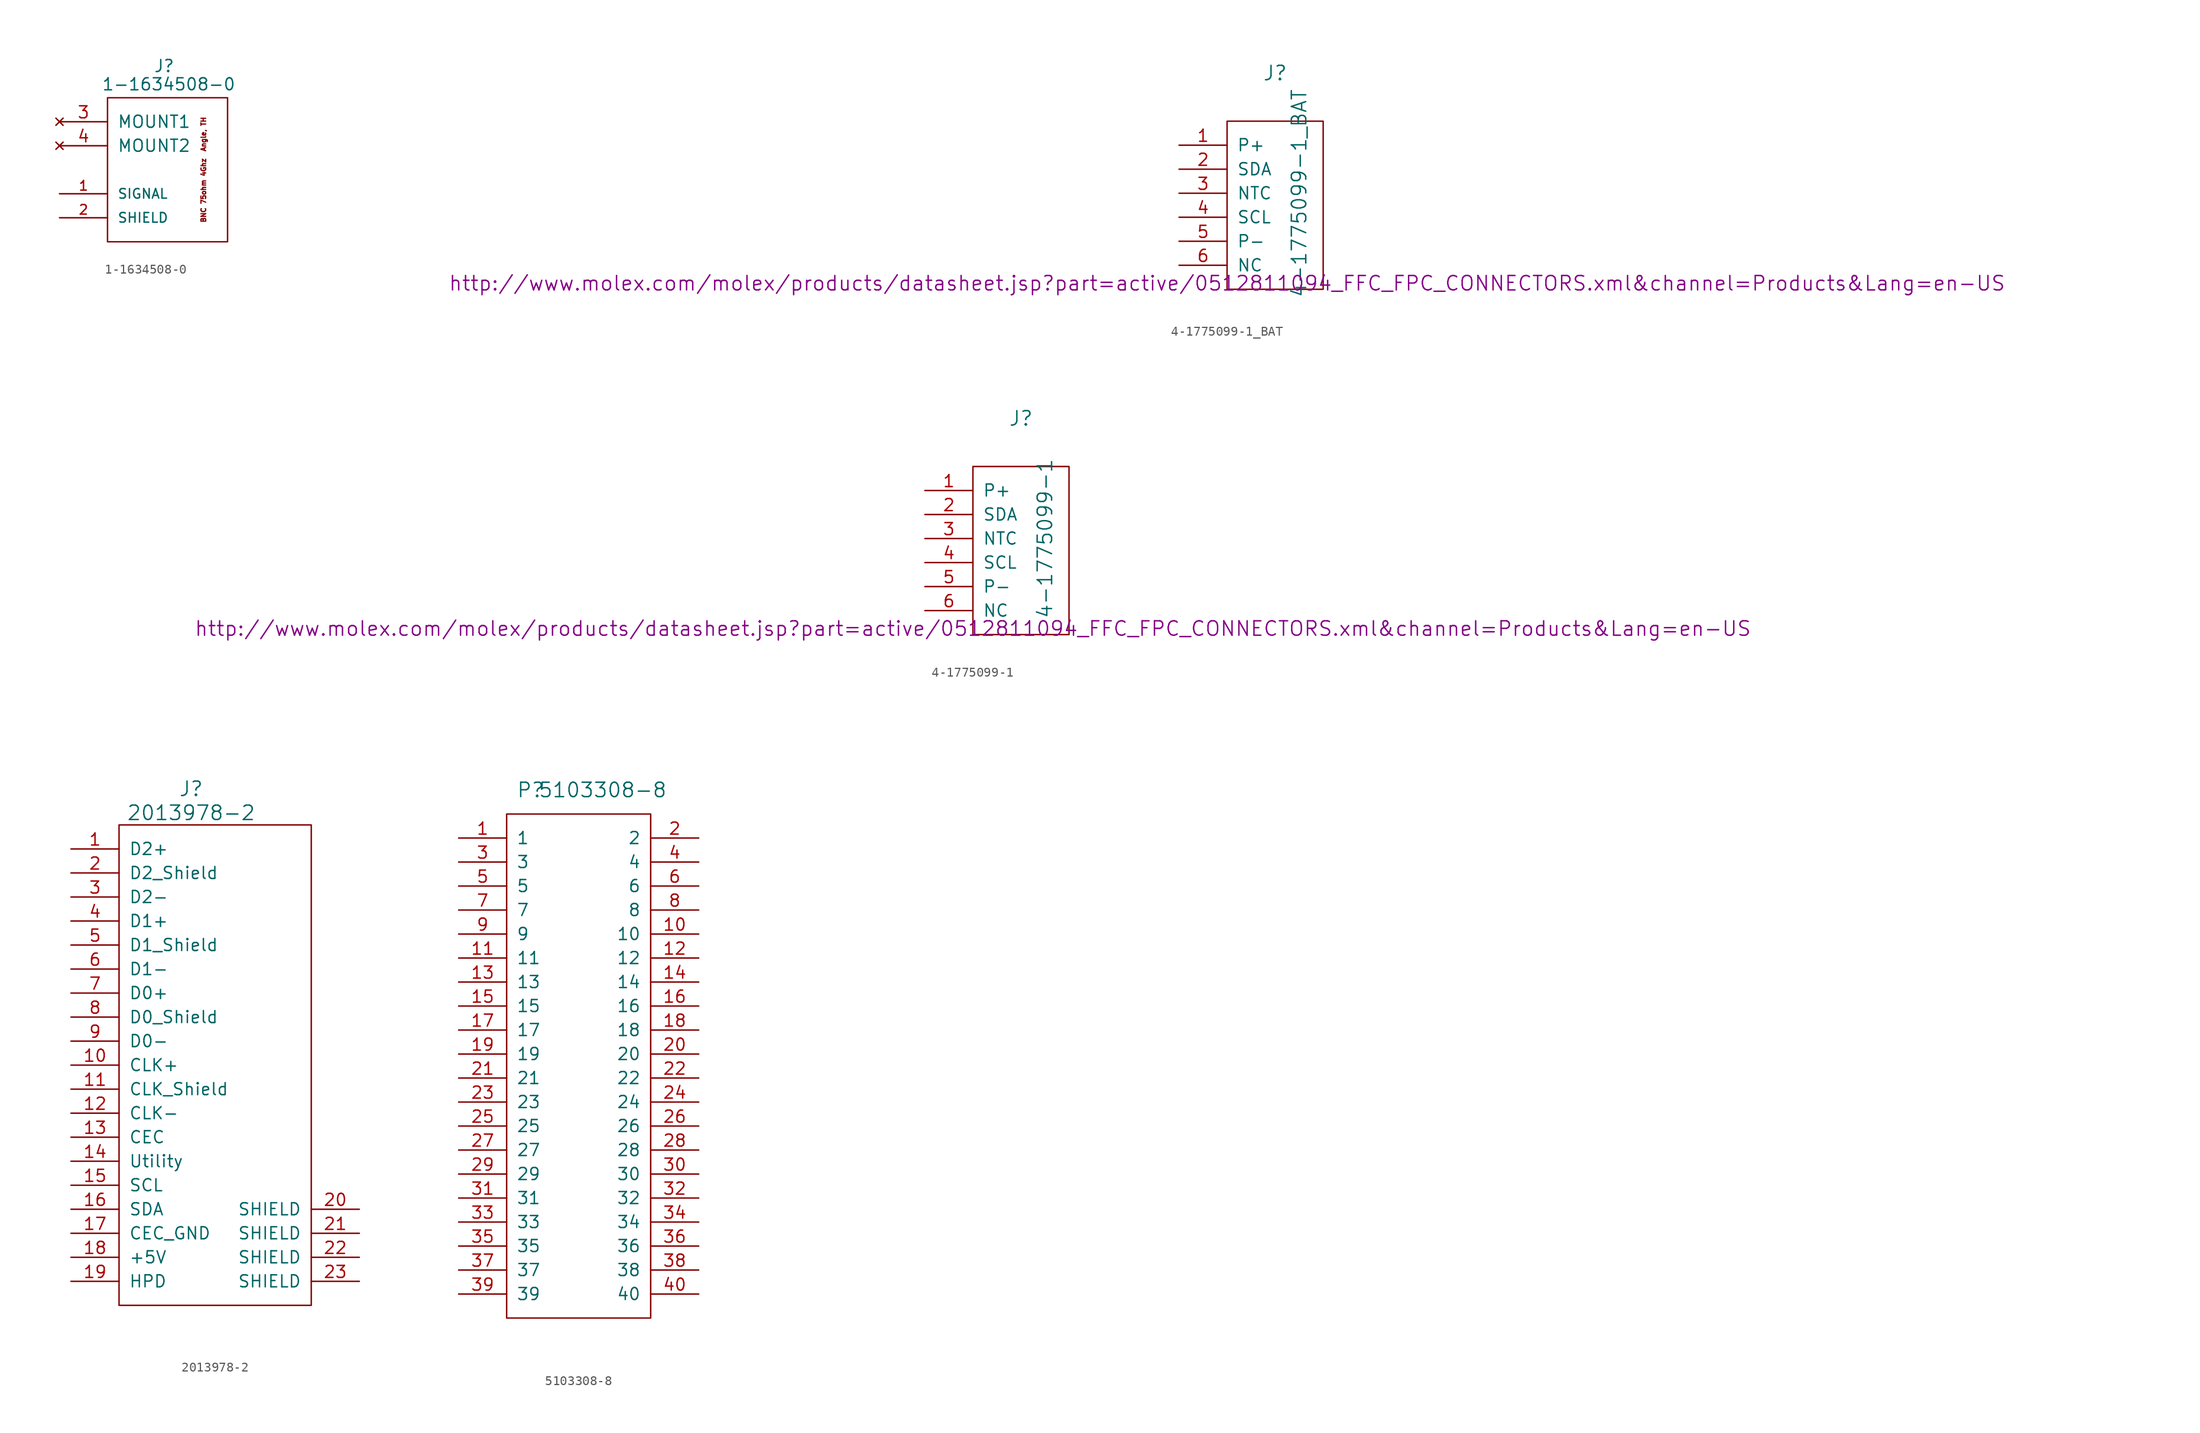
<source format=kicad_sym>
(kicad_symbol_lib
  (version 20220914)
  (generator kicad_symbol_editor)
  (symbol "1-1634508-0"
    (pin_names
      (offset 1.016))
    (property "Reference" "J"
      (at 5.994 18.593 0)
      (effects (font (size 1.27 1.27))))
    (property "Value" "1-1634508-0"
      (at 6.477 16.662 0)
      (effects (font (size 1.27 1.27))))
    (property "Datasheet" ""
      (at 5.994 18.593 0)
      (effects (font (size 1.27 1.27))))
    (symbol "1-1634508-0_0_0"
      (text "BNC 75ohm 4Ghz  Angle, TH" (at 10.16 7.62 900) (effects (font (size 0.508 0.508)))))
    (symbol "1-1634508-0_0_1"
      (rectangle (start 0 15.24) (end 12.7 0) (stroke (width 0) (type solid)) (fill (type none))))
    (symbol "1-1634508-0_1_1"
      (pin passive line (at -5.08 5.08 0) (length 5.08) (name "SIGNAL" (effects (font (size 1.016 1.016)))) (number "1" (effects (font (size 1.016 1.016)))))
      (pin power_in line (at -5.08 2.54 0) (length 5.08) (name "SHIELD" (effects (font (size 1.016 1.016)))) (number "2" (effects (font (size 1.016 1.016)))))
      (pin no_connect line (at -5.08 12.7 0) (length 5.08) (name "MOUNT1" (effects (font (size 1.27 1.27)))) (number "3" (effects (font (size 1.27 1.27)))))
      (pin no_connect line (at -5.08 10.16 0) (length 5.08) (name "MOUNT2" (effects (font (size 1.27 1.27)))) (number "4" (effects (font (size 1.27 1.27)))))))
  (symbol "4-1775099-1_BAT"
    (pin_names
      (offset 1.016))
    (property "Reference" "J"
      (at 5.08 22.86 0)
      (effects (font (size 1.524 1.524))))
    (property "Value" "4-1775099-1_BAT"
      (at 7.62 10.16 90)
      (effects (font (size 1.524 1.524))))
    (property "Datasheet" "http://www.molex.com/molex/products/datasheet.jsp?part=active/0512811094_FFC_FPC_CONNECTORS.xml&channel=Products&Lang=en-US"
      (at 0 0.635 0)
      (effects (font (size 1.524 1.524))))
    (symbol "4-1775099-1_BAT_0_1"
      (rectangle (start 0 0) (end 10.16 17.78) (stroke (width 0) (type solid)) (fill (type none))))
    (symbol "4-1775099-1_BAT_1_1"
      (pin passive line (at -5.08 15.24 0) (length 5.08) (name "P+" (effects (font (size 1.27 1.27)))) (number "1" (effects (font (size 1.27 1.27)))))
      (pin passive line (at -5.08 12.7 0) (length 5.08) (name "SDA" (effects (font (size 1.27 1.27)))) (number "2" (effects (font (size 1.27 1.27)))))
      (pin passive line (at -5.08 10.16 0) (length 5.08) (name "NTC" (effects (font (size 1.27 1.27)))) (number "3" (effects (font (size 1.27 1.27)))))
      (pin passive line (at -5.08 7.62 0) (length 5.08) (name "SCL" (effects (font (size 1.27 1.27)))) (number "4" (effects (font (size 1.27 1.27)))))
      (pin passive line (at -5.08 5.08 0) (length 5.08) (name "P-" (effects (font (size 1.27 1.27)))) (number "5" (effects (font (size 1.27 1.27)))))
      (pin passive line (at -5.08 2.54 0) (length 5.08) (name "NC" (effects (font (size 1.27 1.27)))) (number "6" (effects (font (size 1.27 1.27)))))))
  (symbol "4-1775099-1"
    (pin_names
      (offset 1.016))
    (property "Reference" "J"
      (at 5.08 22.86 0)
      (effects (font (size 1.524 1.524))))
    (property "Value" "4-1775099-1"
      (at 7.62 10.16 90)
      (effects (font (size 1.524 1.524))))
    (property "Datasheet" "http://www.molex.com/molex/products/datasheet.jsp?part=active/0512811094_FFC_FPC_CONNECTORS.xml&channel=Products&Lang=en-US"
      (at 0 0.635 0)
      (effects (font (size 1.524 1.524))))
    (symbol "4-1775099-1_0_1"
      (rectangle (start 0 0) (end 10.16 17.78) (stroke (width 0) (type solid)) (fill (type none))))
    (symbol "4-1775099-1_1_1"
      (pin passive line (at -5.08 15.24 0) (length 5.08) (name "P+" (effects (font (size 1.27 1.27)))) (number "1" (effects (font (size 1.27 1.27)))))
      (pin passive line (at -5.08 12.7 0) (length 5.08) (name "SDA" (effects (font (size 1.27 1.27)))) (number "2" (effects (font (size 1.27 1.27)))))
      (pin passive line (at -5.08 10.16 0) (length 5.08) (name "NTC" (effects (font (size 1.27 1.27)))) (number "3" (effects (font (size 1.27 1.27)))))
      (pin passive line (at -5.08 7.62 0) (length 5.08) (name "SCL" (effects (font (size 1.27 1.27)))) (number "4" (effects (font (size 1.27 1.27)))))
      (pin passive line (at -5.08 5.08 0) (length 5.08) (name "P-" (effects (font (size 1.27 1.27)))) (number "5" (effects (font (size 1.27 1.27)))))
      (pin passive line (at -5.08 2.54 0) (length 5.08) (name "NC" (effects (font (size 1.27 1.27)))) (number "6" (effects (font (size 1.27 1.27)))))))
  (symbol "2013978-2"
    (pin_names
      (offset 1.016))
    (property "Reference" "J"
      (at 7.62 54.61 0)
      (effects (font (size 1.524 1.524))))
    (property "Value" "2013978-2"
      (at 7.62 52.07 0)
      (effects (font (size 1.524 1.524))))
    (property "Datasheet" ""
      (at 0 15.24 0)
      (effects (font (size 1.524 1.524))))
    (symbol "2013978-2_0_1"
      (rectangle (start 0 50.8) (end 20.32 0) (stroke (width 0) (type solid)) (fill (type none))))
    (symbol "2013978-2_1_1"
      (pin bidirectional line (at -5.08 48.26 0) (length 5.08) (name "D2+" (effects (font (size 1.27 1.27)))) (number "1" (effects (font (size 1.27 1.27)))))
      (pin bidirectional line (at -5.08 25.4 0) (length 5.08) (name "CLK+" (effects (font (size 1.27 1.27)))) (number "10" (effects (font (size 1.27 1.27)))))
      (pin power_in line (at -5.08 22.86 0) (length 5.08) (name "CLK_Shield" (effects (font (size 1.27 1.27)))) (number "11" (effects (font (size 1.27 1.27)))))
      (pin bidirectional line (at -5.08 20.32 0) (length 5.08) (name "CLK-" (effects (font (size 1.27 1.27)))) (number "12" (effects (font (size 1.27 1.27)))))
      (pin input line (at -5.08 17.78 0) (length 5.08) (name "CEC" (effects (font (size 1.27 1.27)))) (number "13" (effects (font (size 1.27 1.27)))))
      (pin input line (at -5.08 15.24 0) (length 5.08) (name "Utility" (effects (font (size 1.27 1.27)))) (number "14" (effects (font (size 1.27 1.27)))))
      (pin bidirectional line (at -5.08 12.7 0) (length 5.08) (name "SCL" (effects (font (size 1.27 1.27)))) (number "15" (effects (font (size 1.27 1.27)))))
      (pin bidirectional line (at -5.08 10.16 0) (length 5.08) (name "SDA" (effects (font (size 1.27 1.27)))) (number "16" (effects (font (size 1.27 1.27)))))
      (pin input line (at -5.08 7.62 0) (length 5.08) (name "CEC_GND" (effects (font (size 1.27 1.27)))) (number "17" (effects (font (size 1.27 1.27)))))
      (pin passive line (at -5.08 5.08 0) (length 5.08) (name "+5V" (effects (font (size 1.27 1.27)))) (number "18" (effects (font (size 1.27 1.27)))))
      (pin input line (at -5.08 2.54 0) (length 5.08) (name "HPD" (effects (font (size 1.27 1.27)))) (number "19" (effects (font (size 1.27 1.27)))))
      (pin power_in line (at -5.08 45.72 0) (length 5.08) (name "D2_Shield" (effects (font (size 1.27 1.27)))) (number "2" (effects (font (size 1.27 1.27)))))
      (pin power_in line (at 25.4 10.16 180) (length 5.08) (name "SHIELD" (effects (font (size 1.27 1.27)))) (number "20" (effects (font (size 1.27 1.27)))))
      (pin power_in line (at 25.4 7.62 180) (length 5.08) (name "SHIELD" (effects (font (size 1.27 1.27)))) (number "21" (effects (font (size 1.27 1.27)))))
      (pin power_in line (at 25.4 5.08 180) (length 5.08) (name "SHIELD" (effects (font (size 1.27 1.27)))) (number "22" (effects (font (size 1.27 1.27)))))
      (pin power_in line (at 25.4 2.54 180) (length 5.08) (name "SHIELD" (effects (font (size 1.27 1.27)))) (number "23" (effects (font (size 1.27 1.27)))))
      (pin bidirectional line (at -5.08 43.18 0) (length 5.08) (name "D2-" (effects (font (size 1.27 1.27)))) (number "3" (effects (font (size 1.27 1.27)))))
      (pin bidirectional line (at -5.08 40.64 0) (length 5.08) (name "D1+" (effects (font (size 1.27 1.27)))) (number "4" (effects (font (size 1.27 1.27)))))
      (pin power_in line (at -5.08 38.1 0) (length 5.08) (name "D1_Shield" (effects (font (size 1.27 1.27)))) (number "5" (effects (font (size 1.27 1.27)))))
      (pin bidirectional line (at -5.08 35.56 0) (length 5.08) (name "D1-" (effects (font (size 1.27 1.27)))) (number "6" (effects (font (size 1.27 1.27)))))
      (pin bidirectional line (at -5.08 33.02 0) (length 5.08) (name "D0+" (effects (font (size 1.27 1.27)))) (number "7" (effects (font (size 1.27 1.27)))))
      (pin power_in line (at -5.08 30.48 0) (length 5.08) (name "D0_Shield" (effects (font (size 1.27 1.27)))) (number "8" (effects (font (size 1.27 1.27)))))
      (pin bidirectional line (at -5.08 27.94 0) (length 5.08) (name "D0-" (effects (font (size 1.27 1.27)))) (number "9" (effects (font (size 1.27 1.27)))))))
  (symbol "5103308-8"
    (pin_names
      (offset 1.016))
    (property "Reference" "P"
      (at 2.54 55.88 0)
      (effects (font (size 1.524 1.524))))
    (property "Value" "5103308-8"
      (at 10.16 55.88 0)
      (effects (font (size 1.524 1.524))))
    (symbol "5103308-8_0_1"
      (rectangle (start 0 0) (end 15.24 53.34) (stroke (width 0) (type solid)) (fill (type none))))
    (symbol "5103308-8_1_1"
      (pin passive line (at -5.08 50.8 0) (length 5.08) (name "1" (effects (font (size 1.27 1.27)))) (number "1" (effects (font (size 1.27 1.27)))))
      (pin passive line (at 20.32 40.64 180) (length 5.08) (name "10" (effects (font (size 1.27 1.27)))) (number "10" (effects (font (size 1.27 1.27)))))
      (pin passive line (at -5.08 38.1 0) (length 5.08) (name "11" (effects (font (size 1.27 1.27)))) (number "11" (effects (font (size 1.27 1.27)))))
      (pin passive line (at 20.32 38.1 180) (length 5.08) (name "12" (effects (font (size 1.27 1.27)))) (number "12" (effects (font (size 1.27 1.27)))))
      (pin passive line (at -5.08 35.56 0) (length 5.08) (name "13" (effects (font (size 1.27 1.27)))) (number "13" (effects (font (size 1.27 1.27)))))
      (pin passive line (at 20.32 35.56 180) (length 5.08) (name "14" (effects (font (size 1.27 1.27)))) (number "14" (effects (font (size 1.27 1.27)))))
      (pin passive line (at -5.08 33.02 0) (length 5.08) (name "15" (effects (font (size 1.27 1.27)))) (number "15" (effects (font (size 1.27 1.27)))))
      (pin passive line (at 20.32 33.02 180) (length 5.08) (name "16" (effects (font (size 1.27 1.27)))) (number "16" (effects (font (size 1.27 1.27)))))
      (pin passive line (at -5.08 30.48 0) (length 5.08) (name "17" (effects (font (size 1.27 1.27)))) (number "17" (effects (font (size 1.27 1.27)))))
      (pin passive line (at 20.32 30.48 180) (length 5.08) (name "18" (effects (font (size 1.27 1.27)))) (number "18" (effects (font (size 1.27 1.27)))))
      (pin passive line (at -5.08 27.94 0) (length 5.08) (name "19" (effects (font (size 1.27 1.27)))) (number "19" (effects (font (size 1.27 1.27)))))
      (pin passive line (at 20.32 50.8 180) (length 5.08) (name "2" (effects (font (size 1.27 1.27)))) (number "2" (effects (font (size 1.27 1.27)))))
      (pin passive line (at 20.32 27.94 180) (length 5.08) (name "20" (effects (font (size 1.27 1.27)))) (number "20" (effects (font (size 1.27 1.27)))))
      (pin passive line (at -5.08 25.4 0) (length 5.08) (name "21" (effects (font (size 1.27 1.27)))) (number "21" (effects (font (size 1.27 1.27)))))
      (pin passive line (at 20.32 25.4 180) (length 5.08) (name "22" (effects (font (size 1.27 1.27)))) (number "22" (effects (font (size 1.27 1.27)))))
      (pin passive line (at -5.08 22.86 0) (length 5.08) (name "23" (effects (font (size 1.27 1.27)))) (number "23" (effects (font (size 1.27 1.27)))))
      (pin passive line (at 20.32 22.86 180) (length 5.08) (name "24" (effects (font (size 1.27 1.27)))) (number "24" (effects (font (size 1.27 1.27)))))
      (pin passive line (at -5.08 20.32 0) (length 5.08) (name "25" (effects (font (size 1.27 1.27)))) (number "25" (effects (font (size 1.27 1.27)))))
      (pin passive line (at 20.32 20.32 180) (length 5.08) (name "26" (effects (font (size 1.27 1.27)))) (number "26" (effects (font (size 1.27 1.27)))))
      (pin passive line (at -5.08 17.78 0) (length 5.08) (name "27" (effects (font (size 1.27 1.27)))) (number "27" (effects (font (size 1.27 1.27)))))
      (pin passive line (at 20.32 17.78 180) (length 5.08) (name "28" (effects (font (size 1.27 1.27)))) (number "28" (effects (font (size 1.27 1.27)))))
      (pin passive line (at -5.08 15.24 0) (length 5.08) (name "29" (effects (font (size 1.27 1.27)))) (number "29" (effects (font (size 1.27 1.27)))))
      (pin passive line (at -5.08 48.26 0) (length 5.08) (name "3" (effects (font (size 1.27 1.27)))) (number "3" (effects (font (size 1.27 1.27)))))
      (pin passive line (at 20.32 15.24 180) (length 5.08) (name "30" (effects (font (size 1.27 1.27)))) (number "30" (effects (font (size 1.27 1.27)))))
      (pin passive line (at -5.08 12.7 0) (length 5.08) (name "31" (effects (font (size 1.27 1.27)))) (number "31" (effects (font (size 1.27 1.27)))))
      (pin passive line (at 20.32 12.7 180) (length 5.08) (name "32" (effects (font (size 1.27 1.27)))) (number "32" (effects (font (size 1.27 1.27)))))
      (pin passive line (at -5.08 10.16 0) (length 5.08) (name "33" (effects (font (size 1.27 1.27)))) (number "33" (effects (font (size 1.27 1.27)))))
      (pin passive line (at 20.32 10.16 180) (length 5.08) (name "34" (effects (font (size 1.27 1.27)))) (number "34" (effects (font (size 1.27 1.27)))))
      (pin passive line (at -5.08 7.62 0) (length 5.08) (name "35" (effects (font (size 1.27 1.27)))) (number "35" (effects (font (size 1.27 1.27)))))
      (pin passive line (at 20.32 7.62 180) (length 5.08) (name "36" (effects (font (size 1.27 1.27)))) (number "36" (effects (font (size 1.27 1.27)))))
      (pin passive line (at -5.08 5.08 0) (length 5.08) (name "37" (effects (font (size 1.27 1.27)))) (number "37" (effects (font (size 1.27 1.27)))))
      (pin passive line (at 20.32 5.08 180) (length 5.08) (name "38" (effects (font (size 1.27 1.27)))) (number "38" (effects (font (size 1.27 1.27)))))
      (pin passive line (at -5.08 2.54 0) (length 5.08) (name "39" (effects (font (size 1.27 1.27)))) (number "39" (effects (font (size 1.27 1.27)))))
      (pin passive line (at 20.32 48.26 180) (length 5.08) (name "4" (effects (font (size 1.27 1.27)))) (number "4" (effects (font (size 1.27 1.27)))))
      (pin passive line (at 20.32 2.54 180) (length 5.08) (name "40" (effects (font (size 1.27 1.27)))) (number "40" (effects (font (size 1.27 1.27)))))
      (pin passive line (at -5.08 45.72 0) (length 5.08) (name "5" (effects (font (size 1.27 1.27)))) (number "5" (effects (font (size 1.27 1.27)))))
      (pin passive line (at 20.32 45.72 180) (length 5.08) (name "6" (effects (font (size 1.27 1.27)))) (number "6" (effects (font (size 1.27 1.27)))))
      (pin passive line (at -5.08 43.18 0) (length 5.08) (name "7" (effects (font (size 1.27 1.27)))) (number "7" (effects (font (size 1.27 1.27)))))
      (pin passive line (at 20.32 43.18 180) (length 5.08) (name "8" (effects (font (size 1.27 1.27)))) (number "8" (effects (font (size 1.27 1.27)))))
      (pin passive line (at -5.08 40.64 0) (length 5.08) (name "9" (effects (font (size 1.27 1.27)))) (number "9" (effects (font (size 1.27 1.27))))))))
</source>
